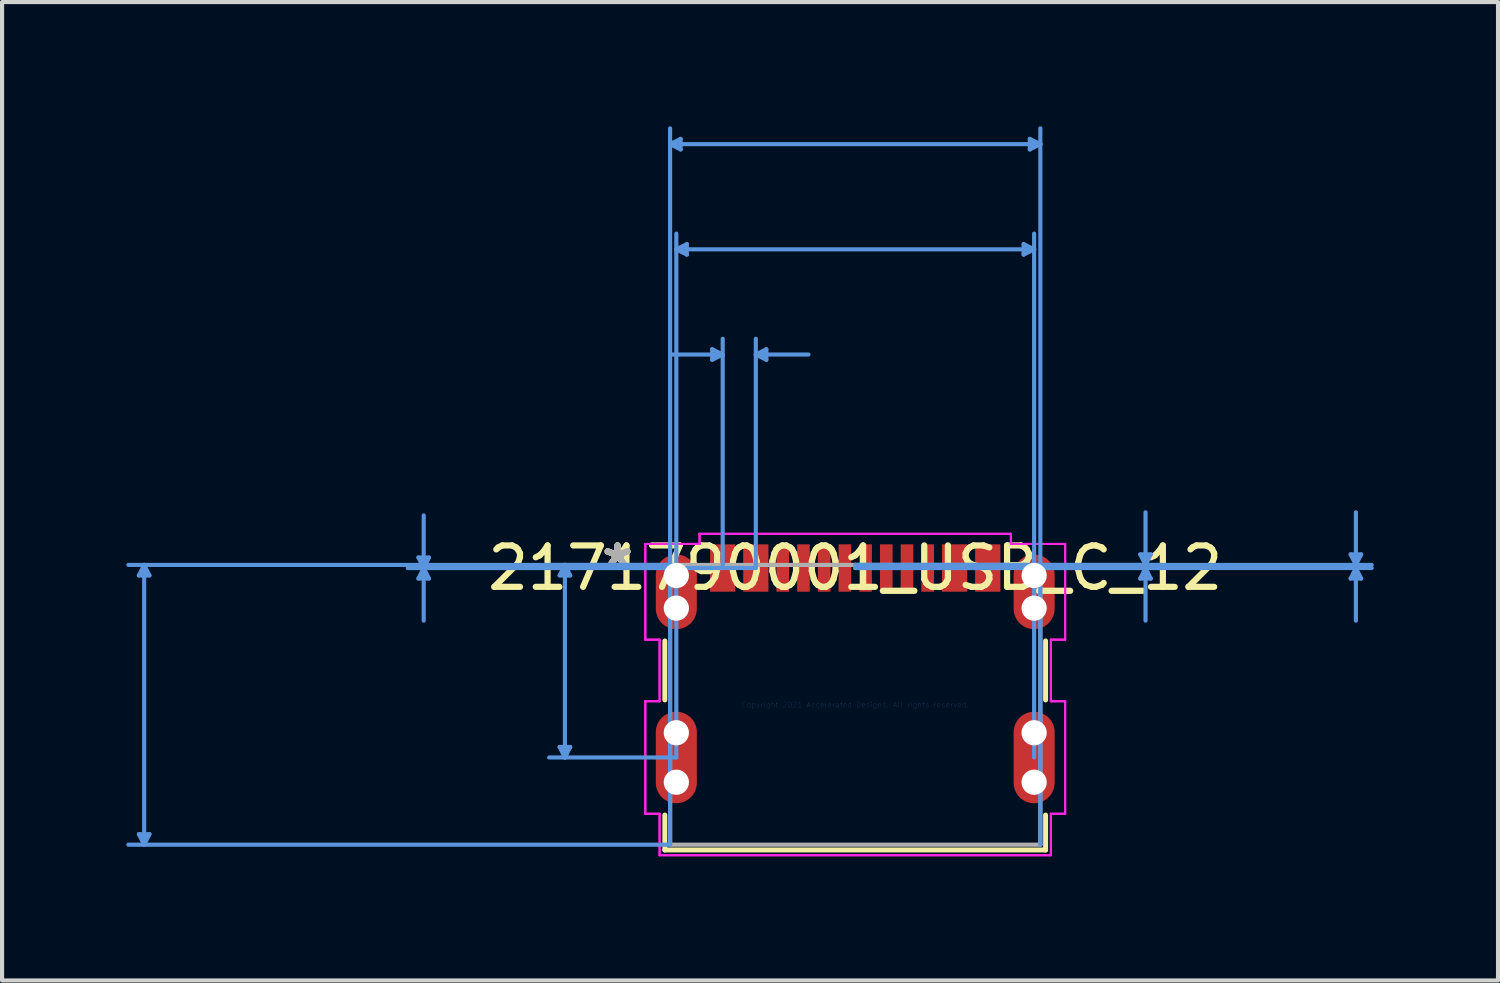
<source format=kicad_pcb>
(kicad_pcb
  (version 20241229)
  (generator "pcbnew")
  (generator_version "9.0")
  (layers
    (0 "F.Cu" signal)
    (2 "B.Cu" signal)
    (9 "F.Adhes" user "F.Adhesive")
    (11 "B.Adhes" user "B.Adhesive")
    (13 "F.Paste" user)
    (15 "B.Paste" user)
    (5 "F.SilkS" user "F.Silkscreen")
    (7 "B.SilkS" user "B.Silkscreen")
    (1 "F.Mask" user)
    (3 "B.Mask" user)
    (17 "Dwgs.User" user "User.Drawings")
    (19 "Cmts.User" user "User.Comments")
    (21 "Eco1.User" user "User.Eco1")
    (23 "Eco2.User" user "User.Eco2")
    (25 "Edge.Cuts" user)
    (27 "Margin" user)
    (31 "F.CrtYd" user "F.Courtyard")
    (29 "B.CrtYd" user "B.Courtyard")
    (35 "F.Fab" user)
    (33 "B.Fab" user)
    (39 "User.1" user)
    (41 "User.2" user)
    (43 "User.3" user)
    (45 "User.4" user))
  (footprint "2171790001_USB_C_12"
    (layer "F.Cu")
    (at 17.601 13.969)
    (property "Reference" "2171790001_USB_C_12" (at 0 -3.303 0) (layer "F.SilkS") (effects (font (size 1 1) (thickness 0.15))))
    (attr through_hole)
    (fp_line (start -4.597 -1.542) (end -4.597 -0.118) (stroke (width 0.12) (type solid)) (layer "F.SilkS"))
    (fp_line (start -4.597 2.662) (end -4.597 3.505) (stroke (width 0.12) (type solid)) (layer "F.SilkS"))
    (fp_line (start -4.597 3.505) (end 4.597 3.505) (stroke (width 0.12) (type solid)) (layer "F.SilkS"))
    (fp_line (start 4.597 -0.118) (end 4.597 -1.542) (stroke (width 0.12) (type solid)) (layer "F.SilkS"))
    (fp_line (start 4.597 3.505) (end 4.597 2.662) (stroke (width 0.12) (type solid)) (layer "F.SilkS"))
    (fp_line (start -17.297 -3.124) (end -17.043 -3.124) (stroke (width 0.1) (type solid)) (layer "Cmts.User"))
    (fp_line (start -17.297 3.124) (end -17.043 3.124) (stroke (width 0.1) (type solid)) (layer "Cmts.User"))
    (fp_line (start -17.17 -3.378) (end -17.297 -3.124) (stroke (width 0.1) (type solid)) (layer "Cmts.User"))
    (fp_line (start -17.17 -3.378) (end -17.17 3.378) (stroke (width 0.1) (type solid)) (layer "Cmts.User"))
    (fp_line (start -17.17 -3.378) (end -17.043 -3.124) (stroke (width 0.1) (type solid)) (layer "Cmts.User"))
    (fp_line (start -17.17 3.378) (end -17.297 3.124) (stroke (width 0.1) (type solid)) (layer "Cmts.User"))
    (fp_line (start -17.17 3.378) (end -17.043 3.124) (stroke (width 0.1) (type solid)) (layer "Cmts.User"))
    (fp_line (start -10.547 -3.557) (end -10.293 -3.557) (stroke (width 0.1) (type solid)) (layer "Cmts.User"))
    (fp_line (start -10.547 -3.049) (end -10.293 -3.049) (stroke (width 0.1) (type solid)) (layer "Cmts.User"))
    (fp_line (start -10.42 -3.303) (end -10.547 -3.557) (stroke (width 0.1) (type solid)) (layer "Cmts.User"))
    (fp_line (start -10.42 -3.303) (end -10.547 -3.049) (stroke (width 0.1) (type solid)) (layer "Cmts.User"))
    (fp_line (start -10.42 -3.303) (end -10.42 -4.573) (stroke (width 0.1) (type solid)) (layer "Cmts.User"))
    (fp_line (start -10.42 -3.303) (end -10.42 -2.033) (stroke (width 0.1) (type solid)) (layer "Cmts.User"))
    (fp_line (start -10.42 -3.303) (end -10.293 -3.557) (stroke (width 0.1) (type solid)) (layer "Cmts.User"))
    (fp_line (start -10.42 -3.303) (end -10.293 -3.049) (stroke (width 0.1) (type solid)) (layer "Cmts.User"))
    (fp_line (start -7.137 -3.124) (end -6.883 -3.124) (stroke (width 0.1) (type solid)) (layer "Cmts.User"))
    (fp_line (start -7.137 1.018) (end -6.883 1.018) (stroke (width 0.1) (type solid)) (layer "Cmts.User"))
    (fp_line (start -7.01 -3.378) (end -7.137 -3.124) (stroke (width 0.1) (type solid)) (layer "Cmts.User"))
    (fp_line (start -7.01 -3.378) (end -7.01 1.272) (stroke (width 0.1) (type solid)) (layer "Cmts.User"))
    (fp_line (start -7.01 -3.378) (end -6.883 -3.124) (stroke (width 0.1) (type solid)) (layer "Cmts.User"))
    (fp_line (start -7.01 1.272) (end -7.137 1.018) (stroke (width 0.1) (type solid)) (layer "Cmts.User"))
    (fp_line (start -7.01 1.272) (end -6.883 1.018) (stroke (width 0.1) (type solid)) (layer "Cmts.User"))
    (fp_line (start -4.47 -13.538) (end -4.216 -13.665) (stroke (width 0.1) (type solid)) (layer "Cmts.User"))
    (fp_line (start -4.47 -13.538) (end -4.216 -13.411) (stroke (width 0.1) (type solid)) (layer "Cmts.User"))
    (fp_line (start -4.47 -13.538) (end 4.47 -13.538) (stroke (width 0.1) (type solid)) (layer "Cmts.User"))
    (fp_line (start -4.47 -3.378) (end -17.551 -3.378) (stroke (width 0.1) (type solid)) (layer "Cmts.User"))
    (fp_line (start -4.47 -3.378) (end -7.391 -3.378) (stroke (width 0.1) (type solid)) (layer "Cmts.User"))
    (fp_line (start -4.47 3.378) (end -17.551 3.378) (stroke (width 0.1) (type solid)) (layer "Cmts.User"))
    (fp_line (start -4.47 3.378) (end -4.47 -13.919) (stroke (width 0.1) (type solid)) (layer "Cmts.User"))
    (fp_line (start -4.32 -10.998) (end -4.066 -11.125) (stroke (width 0.1) (type solid)) (layer "Cmts.User"))
    (fp_line (start -4.32 -10.998) (end -4.066 -10.871) (stroke (width 0.1) (type solid)) (layer "Cmts.User"))
    (fp_line (start -4.32 -10.998) (end 4.32 -10.998) (stroke (width 0.1) (type solid)) (layer "Cmts.User"))
    (fp_line (start -4.32 1.272) (end -7.391 1.272) (stroke (width 0.1) (type solid)) (layer "Cmts.User"))
    (fp_line (start -4.32 1.272) (end -4.32 -11.379) (stroke (width 0.1) (type solid)) (layer "Cmts.User"))
    (fp_line (start -4.216 -13.665) (end -4.216 -13.411) (stroke (width 0.1) (type solid)) (layer "Cmts.User"))
    (fp_line (start -4.066 -11.125) (end -4.066 -10.871) (stroke (width 0.1) (type solid)) (layer "Cmts.User"))
    (fp_line (start -3.454 -8.585) (end -3.454 -8.331) (stroke (width 0.1) (type solid)) (layer "Cmts.User"))
    (fp_line (start -3.2 -8.458) (end -4.47 -8.458) (stroke (width 0.1) (type solid)) (layer "Cmts.User"))
    (fp_line (start -3.2 -8.458) (end -3.454 -8.585) (stroke (width 0.1) (type solid)) (layer "Cmts.User"))
    (fp_line (start -3.2 -8.458) (end -3.454 -8.331) (stroke (width 0.1) (type solid)) (layer "Cmts.User"))
    (fp_line (start -3.2 -3.303) (end -10.801 -3.303) (stroke (width 0.1) (type solid)) (layer "Cmts.User"))
    (fp_line (start -3.2 -3.303) (end -3.2 -8.839) (stroke (width 0.1) (type solid)) (layer "Cmts.User"))
    (fp_line (start -2.4 -8.458) (end -2.146 -8.585) (stroke (width 0.1) (type solid)) (layer "Cmts.User"))
    (fp_line (start -2.4 -8.458) (end -2.146 -8.331) (stroke (width 0.1) (type solid)) (layer "Cmts.User"))
    (fp_line (start -2.4 -8.458) (end -1.13 -8.458) (stroke (width 0.1) (type solid)) (layer "Cmts.User"))
    (fp_line (start -2.4 -3.303) (end -10.801 -3.303) (stroke (width 0.1) (type solid)) (layer "Cmts.User"))
    (fp_line (start -2.4 -3.303) (end -2.4 -8.839) (stroke (width 0.1) (type solid)) (layer "Cmts.User"))
    (fp_line (start -2.146 -8.585) (end -2.146 -8.331) (stroke (width 0.1) (type solid)) (layer "Cmts.User"))
    (fp_line (start 0 -3.378) (end 7.391 -3.378) (stroke (width 0.1) (type solid)) (layer "Cmts.User"))
    (fp_line (start 0 -3.378) (end 12.471 -3.378) (stroke (width 0.1) (type solid)) (layer "Cmts.User"))
    (fp_line (start 0 -3.303) (end 7.391 -3.303) (stroke (width 0.1) (type solid)) (layer "Cmts.User"))
    (fp_line (start 0 -3.303) (end 12.471 -3.303) (stroke (width 0.1) (type solid)) (layer "Cmts.User"))
    (fp_line (start 4.066 -11.125) (end 4.066 -10.871) (stroke (width 0.1) (type solid)) (layer "Cmts.User"))
    (fp_line (start 4.216 -13.665) (end 4.216 -13.411) (stroke (width 0.1) (type solid)) (layer "Cmts.User"))
    (fp_line (start 4.32 -10.998) (end 4.066 -11.125) (stroke (width 0.1) (type solid)) (layer "Cmts.User"))
    (fp_line (start 4.32 -10.998) (end 4.066 -10.871) (stroke (width 0.1) (type solid)) (layer "Cmts.User"))
    (fp_line (start 4.32 1.272) (end 4.32 -11.379) (stroke (width 0.1) (type solid)) (layer "Cmts.User"))
    (fp_line (start 4.47 -13.538) (end 4.216 -13.665) (stroke (width 0.1) (type solid)) (layer "Cmts.User"))
    (fp_line (start 4.47 -13.538) (end 4.216 -13.411) (stroke (width 0.1) (type solid)) (layer "Cmts.User"))
    (fp_line (start 4.47 3.378) (end 4.47 -13.919) (stroke (width 0.1) (type solid)) (layer "Cmts.User"))
    (fp_line (start 6.883 -3.632) (end 7.137 -3.632) (stroke (width 0.1) (type solid)) (layer "Cmts.User"))
    (fp_line (start 6.883 -3.049) (end 7.137 -3.049) (stroke (width 0.1) (type solid)) (layer "Cmts.User"))
    (fp_line (start 7.01 -3.378) (end 6.883 -3.632) (stroke (width 0.1) (type solid)) (layer "Cmts.User"))
    (fp_line (start 7.01 -3.378) (end 7.01 -4.648) (stroke (width 0.1) (type solid)) (layer "Cmts.User"))
    (fp_line (start 7.01 -3.378) (end 7.137 -3.632) (stroke (width 0.1) (type solid)) (layer "Cmts.User"))
    (fp_line (start 7.01 -3.303) (end 6.883 -3.049) (stroke (width 0.1) (type solid)) (layer "Cmts.User"))
    (fp_line (start 7.01 -3.303) (end 7.01 -2.033) (stroke (width 0.1) (type solid)) (layer "Cmts.User"))
    (fp_line (start 7.01 -3.303) (end 7.137 -3.049) (stroke (width 0.1) (type solid)) (layer "Cmts.User"))
    (fp_line (start 11.963 -3.632) (end 12.217 -3.632) (stroke (width 0.1) (type solid)) (layer "Cmts.User"))
    (fp_line (start 11.963 -3.049) (end 12.217 -3.049) (stroke (width 0.1) (type solid)) (layer "Cmts.User"))
    (fp_line (start 12.09 -3.378) (end 11.963 -3.632) (stroke (width 0.1) (type solid)) (layer "Cmts.User"))
    (fp_line (start 12.09 -3.378) (end 12.09 -4.648) (stroke (width 0.1) (type solid)) (layer "Cmts.User"))
    (fp_line (start 12.09 -3.378) (end 12.217 -3.632) (stroke (width 0.1) (type solid)) (layer "Cmts.User"))
    (fp_line (start 12.09 -3.303) (end 11.963 -3.049) (stroke (width 0.1) (type solid)) (layer "Cmts.User"))
    (fp_line (start 12.09 -3.303) (end 12.09 -2.033) (stroke (width 0.1) (type solid)) (layer "Cmts.User"))
    (fp_line (start 12.09 -3.303) (end 12.217 -3.049) (stroke (width 0.1) (type solid)) (layer "Cmts.User"))
    (fp_line (start -5.069 -3.884) (end -5.069 -1.573) (stroke (width 0.05) (type solid)) (layer "F.CrtYd"))
    (fp_line (start -5.069 -3.884) (end -5.069 -1.573) (stroke (width 0.05) (type solid)) (layer "F.CrtYd"))
    (fp_line (start -5.069 -1.573) (end -4.724 -1.573) (stroke (width 0.05) (type solid)) (layer "F.CrtYd"))
    (fp_line (start -5.069 -1.573) (end -4.724 -1.573) (stroke (width 0.05) (type solid)) (layer "F.CrtYd"))
    (fp_line (start -5.069 -0.087) (end -5.069 2.631) (stroke (width 0.05) (type solid)) (layer "F.CrtYd"))
    (fp_line (start -5.069 -0.087) (end -5.069 2.631) (stroke (width 0.05) (type solid)) (layer "F.CrtYd"))
    (fp_line (start -5.069 2.631) (end -4.724 2.631) (stroke (width 0.05) (type solid)) (layer "F.CrtYd"))
    (fp_line (start -5.069 2.631) (end -4.724 2.631) (stroke (width 0.05) (type solid)) (layer "F.CrtYd"))
    (fp_line (start -4.724 -1.573) (end -4.724 -0.087) (stroke (width 0.05) (type solid)) (layer "F.CrtYd"))
    (fp_line (start -4.724 -1.573) (end -4.724 -0.087) (stroke (width 0.05) (type solid)) (layer "F.CrtYd"))
    (fp_line (start -4.724 -0.087) (end -5.069 -0.087) (stroke (width 0.05) (type solid)) (layer "F.CrtYd"))
    (fp_line (start -4.724 -0.087) (end -5.069 -0.087) (stroke (width 0.05) (type solid)) (layer "F.CrtYd"))
    (fp_line (start -4.724 2.631) (end -4.724 3.632) (stroke (width 0.05) (type solid)) (layer "F.CrtYd"))
    (fp_line (start -4.724 2.631) (end -4.724 3.632) (stroke (width 0.05) (type solid)) (layer "F.CrtYd"))
    (fp_line (start -4.724 3.632) (end 4.724 3.632) (stroke (width 0.05) (type solid)) (layer "F.CrtYd"))
    (fp_line (start -4.724 3.632) (end 4.724 3.632) (stroke (width 0.05) (type solid)) (layer "F.CrtYd"))
    (fp_line (start -3.759 -4.129) (end -3.759 -3.884) (stroke (width 0.05) (type solid)) (layer "F.CrtYd"))
    (fp_line (start -3.759 -4.129) (end -3.759 -3.884) (stroke (width 0.05) (type solid)) (layer "F.CrtYd"))
    (fp_line (start -3.759 -3.884) (end -5.069 -3.884) (stroke (width 0.05) (type solid)) (layer "F.CrtYd"))
    (fp_line (start -3.759 -3.884) (end -5.069 -3.884) (stroke (width 0.05) (type solid)) (layer "F.CrtYd"))
    (fp_line (start 3.759 -4.129) (end -3.759 -4.129) (stroke (width 0.05) (type solid)) (layer "F.CrtYd"))
    (fp_line (start 3.759 -4.129) (end -3.759 -4.129) (stroke (width 0.05) (type solid)) (layer "F.CrtYd"))
    (fp_line (start 3.759 -3.884) (end 3.759 -4.129) (stroke (width 0.05) (type solid)) (layer "F.CrtYd"))
    (fp_line (start 3.759 -3.884) (end 3.759 -4.129) (stroke (width 0.05) (type solid)) (layer "F.CrtYd"))
    (fp_line (start 4.724 -1.573) (end 5.069 -1.573) (stroke (width 0.05) (type solid)) (layer "F.CrtYd"))
    (fp_line (start 4.724 -1.573) (end 5.069 -1.573) (stroke (width 0.05) (type solid)) (layer "F.CrtYd"))
    (fp_line (start 4.724 -0.087) (end 4.724 -1.573) (stroke (width 0.05) (type solid)) (layer "F.CrtYd"))
    (fp_line (start 4.724 -0.087) (end 4.724 -1.573) (stroke (width 0.05) (type solid)) (layer "F.CrtYd"))
    (fp_line (start 4.724 2.631) (end 5.069 2.631) (stroke (width 0.05) (type solid)) (layer "F.CrtYd"))
    (fp_line (start 4.724 2.631) (end 5.069 2.631) (stroke (width 0.05) (type solid)) (layer "F.CrtYd"))
    (fp_line (start 4.724 3.632) (end 4.724 2.631) (stroke (width 0.05) (type solid)) (layer "F.CrtYd"))
    (fp_line (start 4.724 3.632) (end 4.724 2.631) (stroke (width 0.05) (type solid)) (layer "F.CrtYd"))
    (fp_line (start 5.069 -3.884) (end 3.759 -3.884) (stroke (width 0.05) (type solid)) (layer "F.CrtYd"))
    (fp_line (start 5.069 -3.884) (end 3.759 -3.884) (stroke (width 0.05) (type solid)) (layer "F.CrtYd"))
    (fp_line (start 5.069 -1.573) (end 5.069 -3.884) (stroke (width 0.05) (type solid)) (layer "F.CrtYd"))
    (fp_line (start 5.069 -1.573) (end 5.069 -3.884) (stroke (width 0.05) (type solid)) (layer "F.CrtYd"))
    (fp_line (start 5.069 -0.087) (end 4.724 -0.087) (stroke (width 0.05) (type solid)) (layer "F.CrtYd"))
    (fp_line (start 5.069 -0.087) (end 4.724 -0.087) (stroke (width 0.05) (type solid)) (layer "F.CrtYd"))
    (fp_line (start 5.069 2.631) (end 5.069 -0.087) (stroke (width 0.05) (type solid)) (layer "F.CrtYd"))
    (fp_line (start 5.069 2.631) (end 5.069 -0.087) (stroke (width 0.05) (type solid)) (layer "F.CrtYd"))
    (fp_line (start -4.47 -3.378) (end -4.47 3.378) (stroke (width 0.1) (type solid)) (layer "F.Fab"))
    (fp_line (start -4.47 3.378) (end 4.47 3.378) (stroke (width 0.1) (type solid)) (layer "F.Fab"))
    (fp_line (start 0 -3.378) (end 0 -3.378) (stroke (width 0.1) (type solid)) (layer "F.Fab"))
    (fp_line (start 0 -3.378) (end 0 -3.378) (stroke (width 0.1) (type solid)) (layer "F.Fab"))
    (fp_line (start 0 -3.378) (end 0 -3.378) (stroke (width 0.1) (type solid)) (layer "F.Fab"))
    (fp_line (start 0 -3.378) (end 0 -3.378) (stroke (width 0.1) (type solid)) (layer "F.Fab"))
    (fp_line (start 4.47 -3.378) (end -4.47 -3.378) (stroke (width 0.1) (type solid)) (layer "F.Fab"))
    (fp_line (start 4.47 3.378) (end 4.47 -3.378) (stroke (width 0.1) (type solid)) (layer "F.Fab"))
    (fp_text user "*" (at -5.74 -3.303 0) (layer "F.SilkS") (effects (font (size 1 1) (thickness 0.15))))
    (fp_text user "*" (at -5.74 -3.303 0) (layer "F.SilkS") (effects (font (size 1 1) (thickness 0.15))))
    (fp_text user "Copyright 2021 Accelerated Designs. All rights reserved." (at 0 0 0) (layer "Cmts.User") (effects (font (size 0.127 0.127) (thickness 0.002))))
    (fp_text user "*" (at -5.74 -3.303 0) (layer "F.Fab") (effects (font (size 1 1) (thickness 0.15))))
    (fp_text user "*" (at -5.74 -3.303 0) (layer "F.Fab") (effects (font (size 1 1) (thickness 0.15))))
    (pad "" np_thru_hole circle (at -4.32 -3.122) (size 0.61 0.61) (drill 0.61) (layers "*.Cu" "*.Mask"))
    (pad "" np_thru_hole circle (at -4.32 -2.334) (size 0.61 0.61) (drill 0.61) (layers "*.Cu" "*.Mask"))
    (pad "" np_thru_hole circle (at -4.32 0.675) (size 0.61 0.61) (drill 0.61) (layers "*.Cu" "*.Mask"))
    (pad "" np_thru_hole circle (at -4.32 1.869) (size 0.61 0.61) (drill 0.61) (layers "*.Cu" "*.Mask"))
    (pad "" np_thru_hole circle (at 4.32 -3.122) (size 0.61 0.61) (drill 0.61) (layers "*.Cu" "*.Mask"))
    (pad "" np_thru_hole circle (at 4.32 -2.334) (size 0.61 0.61) (drill 0.61) (layers "*.Cu" "*.Mask"))
    (pad "" np_thru_hole circle (at 4.32 0.675) (size 0.61 0.61) (drill 0.61) (layers "*.Cu" "*.Mask"))
    (pad "" np_thru_hole circle (at 4.32 1.869) (size 0.61 0.61) (drill 0.61) (layers "*.Cu" "*.Mask"))
    (pad "13" smd oval (at -4.32 1.272) (size 0.991 2.21) (layers "F.Cu" "F.Mask" "F.Paste"))
    (pad "14" smd oval (at 4.32 1.272) (size 0.991 2.21) (layers "F.Cu" "F.Mask" "F.Paste"))
    (pad "15" smd oval (at -4.32 -2.728) (size 0.991 1.803) (layers "F.Cu" "F.Mask" "F.Paste"))
    (pad "16" smd oval (at 4.32 -2.728) (size 0.991 1.803) (layers "F.Cu" "F.Mask" "F.Paste"))
    (pad "A1/B12" smd rect (at -3.2 -3.303) (size 0.61 1.143) (layers "F.Cu" "F.Mask" "F.Paste"))
    (pad "A4/B9" smd rect (at -2.4 -3.303) (size 0.61 1.143) (layers "F.Cu" "F.Mask" "F.Paste"))
    (pad "A5" smd rect (at -1.25 -3.303) (size 0.305 1.143) (layers "F.Cu" "F.Mask" "F.Paste"))
    (pad "A6" smd rect (at -0.25 -3.303) (size 0.305 1.143) (layers "F.Cu" "F.Mask" "F.Paste"))
    (pad "A7" smd rect (at 0.25 -3.303) (size 0.305 1.143) (layers "F.Cu" "F.Mask" "F.Paste"))
    (pad "A8" smd rect (at 1.25 -3.303) (size 0.305 1.143) (layers "F.Cu" "F.Mask" "F.Paste"))
    (pad "B1/A12" smd rect (at 3.2 -3.303) (size 0.61 1.143) (layers "F.Cu" "F.Mask" "F.Paste"))
    (pad "B4/A9" smd rect (at 2.4 -3.303) (size 0.61 1.143) (layers "F.Cu" "F.Mask" "F.Paste"))
    (pad "B5" smd rect (at 1.75 -3.303) (size 0.305 1.143) (layers "F.Cu" "F.Mask" "F.Paste"))
    (pad "B6" smd rect (at 0.75 -3.303) (size 0.305 1.143) (layers "F.Cu" "F.Mask" "F.Paste"))
    (pad "B7" smd rect (at -0.75 -3.303) (size 0.305 1.143) (layers "F.Cu" "F.Mask" "F.Paste"))
    (pad "B8" smd rect (at -1.75 -3.303) (size 0.305 1.143) (layers "F.Cu" "F.Mask" "F.Paste")))
  (gr_rect
    (start -3 -3)
    (end 33.123 20.626)
    (stroke (width 0.1) (type default))
    (fill no)
    (layer "Edge.Cuts")))
</source>
